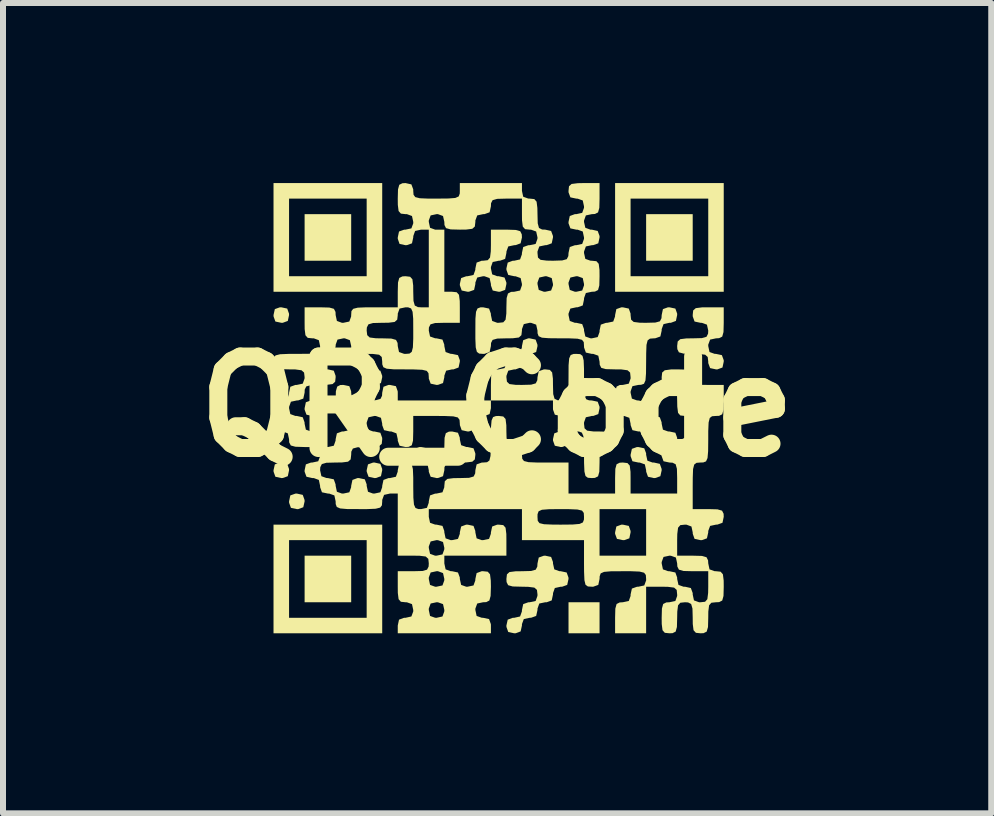
<source format=kicad_pcb>
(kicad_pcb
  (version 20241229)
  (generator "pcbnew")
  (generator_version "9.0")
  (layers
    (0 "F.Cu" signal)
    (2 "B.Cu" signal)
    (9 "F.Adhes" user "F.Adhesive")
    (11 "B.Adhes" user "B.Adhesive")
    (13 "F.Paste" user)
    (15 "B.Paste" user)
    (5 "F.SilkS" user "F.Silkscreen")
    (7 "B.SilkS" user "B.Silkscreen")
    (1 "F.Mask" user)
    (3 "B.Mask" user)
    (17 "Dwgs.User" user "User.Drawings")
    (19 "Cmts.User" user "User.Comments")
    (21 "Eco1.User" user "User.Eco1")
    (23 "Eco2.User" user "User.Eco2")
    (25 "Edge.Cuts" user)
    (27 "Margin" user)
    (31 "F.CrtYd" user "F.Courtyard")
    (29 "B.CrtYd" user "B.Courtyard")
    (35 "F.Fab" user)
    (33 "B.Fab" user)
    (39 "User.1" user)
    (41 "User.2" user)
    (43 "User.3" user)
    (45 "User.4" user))
  (footprint "QR_Code"
    (layer "F.Cu")
    (at 5.232 3.725)
    (property "Reference" "QR_Code" (at 0 0 0) (layer "F.SilkS") (effects (font (size 1.524 1.524) (thickness 0.3))))
    (attr board_only exclude_from_pos_files exclude_from_bom)
    (fp_poly (pts (xy -2.431 -2.431) (xy -3.207 -2.431) (xy -3.207 -3.207) (xy -2.431 -3.207)) (stroke (width 0) (type solid)) (fill yes) (layer "F.SilkS"))
    (fp_poly (pts (xy -2.431 3.259) (xy -3.207 3.259) (xy -3.207 2.483) (xy -2.431 2.483)) (stroke (width 0) (type solid)) (fill yes) (layer "F.SilkS"))
    (fp_poly (pts (xy 1.707 3.776) (xy 1.19 3.776) (xy 1.19 3.259) (xy 1.707 3.259)) (stroke (width 0) (type solid)) (fill yes) (layer "F.SilkS"))
    (fp_poly (pts (xy 3.259 -2.431) (xy 2.483 -2.431) (xy 2.483 -3.207) (xy 3.259 -3.207)) (stroke (width 0) (type solid)) (fill yes) (layer "F.SilkS"))
    (fp_poly (pts (xy -1.914 -1.914) (xy -3.725 -1.914) (xy -3.725 -2.173) (xy -3.466 -2.173) (xy -2.173 -2.173) (xy -2.173 -3.466) (xy -3.466 -3.466) (xy -3.466 -2.173) (xy -3.725 -2.173) (xy -3.725 -3.725) (xy -1.914 -3.725)) (stroke (width 0) (type solid)) (fill yes) (layer "F.SilkS"))
    (fp_poly (pts (xy -1.914 3.776) (xy -3.725 3.776) (xy -3.725 3.518) (xy -3.466 3.518) (xy -2.173 3.518) (xy -2.173 2.224) (xy -3.466 2.224) (xy -3.466 3.518) (xy -3.725 3.518) (xy -3.725 1.966) (xy -1.914 1.966)) (stroke (width 0) (type solid)) (fill yes) (layer "F.SilkS"))
    (fp_poly (pts (xy 3.776 -1.914) (xy 1.966 -1.914) (xy 1.966 -2.173) (xy 2.224 -2.173) (xy 3.518 -2.173) (xy 3.518 -3.466) (xy 2.224 -3.466) (xy 2.224 -2.173) (xy 1.966 -2.173) (xy 1.966 -3.725) (xy 3.776 -3.725)) (stroke (width 0) (type solid)) (fill yes) (layer "F.SilkS"))
    (fp_poly (pts (xy -3.497 -1.634) (xy -3.467 -1.55) (xy -3.466 -1.526) (xy -3.487 -1.428) (xy -3.571 -1.397) (xy -3.595 -1.397) (xy -3.694 -1.418) (xy -3.724 -1.502) (xy -3.725 -1.526) (xy -3.703 -1.625) (xy -3.619 -1.655) (xy -3.595 -1.655)) (stroke (width 0) (type solid)) (fill yes) (layer "F.SilkS"))
    (fp_poly (pts (xy -3.497 0.953) (xy -3.467 1.037) (xy -3.466 1.06) (xy -3.487 1.159) (xy -3.571 1.189) (xy -3.595 1.19) (xy -3.694 1.168) (xy -3.724 1.084) (xy -3.725 1.06) (xy -3.703 0.962) (xy -3.619 0.932) (xy -3.595 0.931)) (stroke (width 0) (type solid)) (fill yes) (layer "F.SilkS"))
    (fp_poly (pts (xy -3.238 1.47) (xy -3.208 1.554) (xy -3.207 1.578) (xy -3.229 1.676) (xy -3.313 1.707) (xy -3.337 1.707) (xy -3.435 1.686) (xy -3.465 1.602) (xy -3.466 1.578) (xy -3.445 1.479) (xy -3.36 1.449) (xy -3.337 1.448)) (stroke (width 0) (type solid)) (fill yes) (layer "F.SilkS"))
    (fp_poly (pts (xy -2.98 -0.082) (xy -2.949 0.002) (xy -2.949 0.026) (xy -2.97 0.124) (xy -3.054 0.155) (xy -3.078 0.155) (xy -3.176 0.134) (xy -3.207 0.05) (xy -3.207 0.026) (xy -3.186 -0.073) (xy -3.102 -0.103) (xy -3.078 -0.103)) (stroke (width 0) (type solid)) (fill yes) (layer "F.SilkS"))
    (fp_poly (pts (xy -1.945 -0.599) (xy -1.915 -0.515) (xy -1.914 -0.491) (xy -1.935 -0.393) (xy -2.02 -0.363) (xy -2.043 -0.362) (xy -2.142 -0.383) (xy -2.172 -0.468) (xy -2.173 -0.491) (xy -2.151 -0.59) (xy -2.067 -0.62) (xy -2.043 -0.621)) (stroke (width 0) (type solid)) (fill yes) (layer "F.SilkS"))
    (fp_poly (pts (xy -1.945 0.953) (xy -1.915 1.037) (xy -1.914 1.06) (xy -1.935 1.159) (xy -2.02 1.189) (xy -2.043 1.19) (xy -2.142 1.168) (xy -2.172 1.084) (xy -2.173 1.06) (xy -2.151 0.962) (xy -2.067 0.932) (xy -2.043 0.931)) (stroke (width 0) (type solid)) (fill yes) (layer "F.SilkS"))
    (fp_poly (pts (xy 2.194 1.987) (xy 2.224 2.071) (xy 2.224 2.095) (xy 2.203 2.194) (xy 2.119 2.224) (xy 2.095 2.224) (xy 1.997 2.203) (xy 1.966 2.119) (xy 1.966 2.095) (xy 1.987 1.997) (xy 2.071 1.966) (xy 2.095 1.966)) (stroke (width 0) (type solid)) (fill yes) (layer "F.SilkS"))
    (fp_poly (pts (xy 2.452 0.694) (xy 2.483 0.778) (xy 2.483 0.802) (xy 2.504 0.9) (xy 2.589 0.931) (xy 2.612 0.931) (xy 2.711 0.953) (xy 2.741 1.037) (xy 2.742 1.06) (xy 2.72 1.159) (xy 2.636 1.189) (xy 2.612 1.19) (xy 2.514 1.168) (xy 2.484 1.084) (xy 2.483 1.06) (xy 2.462 0.962) (xy 2.378 0.932) (xy 2.354 0.931) (xy 2.255 0.91) (xy 2.225 0.826) (xy 2.224 0.802) (xy 2.246 0.703) (xy 2.33 0.673) (xy 2.354 0.673)) (stroke (width 0) (type solid)) (fill yes) (layer "F.SilkS"))
    (fp_poly (pts (xy -0.652 0.435) (xy -0.621 0.519) (xy -0.621 0.543) (xy -0.599 0.642) (xy -0.515 0.672) (xy -0.491 0.673) (xy -0.393 0.694) (xy -0.363 0.778) (xy -0.362 0.802) (xy -0.371 0.879) (xy -0.413 0.917) (xy -0.517 0.93) (xy -0.621 0.931) (xy -0.774 0.935) (xy -0.851 0.957) (xy -0.877 1.009) (xy -0.879 1.06) (xy -0.901 1.159) (xy -0.985 1.189) (xy -1.009 1.19) (xy -1.107 1.168) (xy -1.138 1.084) (xy -1.138 1.06) (xy -1.159 0.962) (xy -1.244 0.932) (xy -1.267 0.931) (xy -1.366 0.91) (xy -1.396 0.826) (xy -1.397 0.802) (xy -1.375 0.703) (xy -1.291 0.673) (xy -1.267 0.673) (xy -1.169 0.694) (xy -1.139 0.778) (xy -1.138 0.802) (xy -1.117 0.9) (xy -1.033 0.931) (xy -1.009 0.931) (xy -0.932 0.923) (xy -0.894 0.88) (xy -0.881 0.776) (xy -0.879 0.673) (xy -0.875 0.519) (xy -0.854 0.442) (xy -0.802 0.416) (xy -0.75 0.414)) (stroke (width 0) (type solid)) (fill yes) (layer "F.SilkS"))
    (fp_poly (pts (xy 3.776 -1.397) (xy 3.772 -1.243) (xy 3.751 -1.167) (xy 3.699 -1.141) (xy 3.647 -1.138) (xy 3.549 -1.117) (xy 3.518 -1.033) (xy 3.518 -1.009) (xy 3.539 -0.91) (xy 3.623 -0.88) (xy 3.647 -0.879) (xy 3.745 -0.858) (xy 3.776 -0.774) (xy 3.776 -0.75) (xy 3.755 -0.652) (xy 3.671 -0.621) (xy 3.647 -0.621) (xy 3.549 -0.642) (xy 3.518 -0.726) (xy 3.518 -0.75) (xy 3.509 -0.827) (xy 3.467 -0.865) (xy 3.363 -0.878) (xy 3.259 -0.879) (xy 3.106 -0.884) (xy 3.029 -0.905) (xy 3.003 -0.957) (xy 3 -1.009) (xy 3.009 -1.086) (xy 3.052 -1.124) (xy 3.155 -1.137) (xy 3.259 -1.138) (xy 3.413 -1.142) (xy 3.489 -1.164) (xy 3.515 -1.216) (xy 3.518 -1.267) (xy 3.496 -1.366) (xy 3.412 -1.396) (xy 3.388 -1.397) (xy 3.29 -1.418) (xy 3.26 -1.502) (xy 3.259 -1.526) (xy 3.267 -1.603) (xy 3.31 -1.641) (xy 3.414 -1.654) (xy 3.518 -1.655) (xy 3.776 -1.655)) (stroke (width 0) (type solid)) (fill yes) (layer "F.SilkS"))
    (fp_poly (pts (xy 0.309 -2.944) (xy 0.385 -2.923) (xy 0.411 -2.871) (xy 0.414 -2.819) (xy 0.392 -2.721) (xy 0.308 -2.691) (xy 0.285 -2.69) (xy 0.186 -2.669) (xy 0.156 -2.585) (xy 0.155 -2.561) (xy 0.134 -2.462) (xy 0.05 -2.432) (xy 0.026 -2.431) (xy -0.073 -2.41) (xy -0.103 -2.326) (xy -0.103 -2.302) (xy -0.082 -2.204) (xy 0.002 -2.173) (xy 0.026 -2.173) (xy 0.124 -2.151) (xy 0.155 -2.067) (xy 0.155 -2.043) (xy 0.134 -1.945) (xy 0.05 -1.915) (xy 0.026 -1.914) (xy -0.073 -1.935) (xy -0.103 -2.02) (xy -0.103 -2.043) (xy -0.125 -2.142) (xy -0.209 -2.172) (xy -0.233 -2.173) (xy -0.331 -2.151) (xy -0.362 -2.067) (xy -0.362 -2.043) (xy -0.383 -1.945) (xy -0.468 -1.915) (xy -0.491 -1.914) (xy -0.59 -1.935) (xy -0.62 -2.02) (xy -0.621 -2.043) (xy -0.599 -2.142) (xy -0.515 -2.172) (xy -0.491 -2.173) (xy -0.393 -2.194) (xy -0.363 -2.278) (xy -0.362 -2.302) (xy -0.341 -2.4) (xy -0.257 -2.431) (xy -0.233 -2.431) (xy -0.156 -2.44) (xy -0.118 -2.483) (xy -0.105 -2.586) (xy -0.103 -2.69) (xy -0.103 -2.949) (xy 0.155 -2.949)) (stroke (width 0) (type solid)) (fill yes) (layer "F.SilkS"))
    (fp_poly (pts (xy 0.9 2.504) (xy 0.931 2.589) (xy 0.931 2.612) (xy 0.953 2.711) (xy 1.037 2.741) (xy 1.06 2.742) (xy 1.159 2.763) (xy 1.189 2.847) (xy 1.19 2.871) (xy 1.168 2.97) (xy 1.084 3) (xy 1.06 3) (xy 0.962 3.022) (xy 0.932 3.106) (xy 0.931 3.13) (xy 0.91 3.228) (xy 0.826 3.259) (xy 0.802 3.259) (xy 0.703 3.28) (xy 0.673 3.365) (xy 0.673 3.388) (xy 0.651 3.487) (xy 0.567 3.517) (xy 0.543 3.518) (xy 0.445 3.539) (xy 0.414 3.623) (xy 0.414 3.647) (xy 0.392 3.745) (xy 0.308 3.776) (xy 0.285 3.776) (xy 0.186 3.755) (xy 0.156 3.671) (xy 0.155 3.647) (xy 0.177 3.549) (xy 0.261 3.518) (xy 0.285 3.518) (xy 0.383 3.496) (xy 0.413 3.412) (xy 0.414 3.388) (xy 0.435 3.29) (xy 0.519 3.26) (xy 0.543 3.259) (xy 0.642 3.238) (xy 0.672 3.154) (xy 0.673 3.13) (xy 0.664 3.053) (xy 0.621 3.015) (xy 0.518 3.002) (xy 0.414 3) (xy 0.26 2.996) (xy 0.184 2.975) (xy 0.158 2.923) (xy 0.155 2.871) (xy 0.164 2.794) (xy 0.206 2.756) (xy 0.31 2.743) (xy 0.414 2.742) (xy 0.567 2.738) (xy 0.644 2.716) (xy 0.67 2.664) (xy 0.673 2.612) (xy 0.694 2.514) (xy 0.778 2.484) (xy 0.802 2.483)) (stroke (width 0) (type solid)) (fill yes) (layer "F.SilkS"))
    (fp_poly (pts (xy 0.642 -1.117) (xy 0.672 -1.033) (xy 0.673 -1.009) (xy 0.651 -0.91) (xy 0.567 -0.88) (xy 0.543 -0.879) (xy 0.445 -0.858) (xy 0.414 -0.774) (xy 0.414 -0.75) (xy 0.392 -0.652) (xy 0.308 -0.621) (xy 0.285 -0.621) (xy 0.186 -0.599) (xy 0.156 -0.515) (xy 0.155 -0.491) (xy 0.164 -0.415) (xy 0.206 -0.376) (xy 0.31 -0.363) (xy 0.414 -0.362) (xy 0.567 -0.366) (xy 0.644 -0.388) (xy 0.67 -0.44) (xy 0.673 -0.491) (xy 0.694 -0.59) (xy 0.778 -0.62) (xy 0.802 -0.621) (xy 0.879 -0.612) (xy 0.917 -0.57) (xy 0.93 -0.466) (xy 0.931 -0.362) (xy 0.935 -0.209) (xy 0.957 -0.132) (xy 1.009 -0.106) (xy 1.06 -0.103) (xy 1.126 -0.108) (xy 1.165 -0.137) (xy 1.183 -0.212) (xy 1.189 -0.355) (xy 1.19 -0.491) (xy 1.191 -0.689) (xy 1.201 -0.804) (xy 1.226 -0.86) (xy 1.274 -0.878) (xy 1.319 -0.879) (xy 1.385 -0.875) (xy 1.423 -0.846) (xy 1.442 -0.771) (xy 1.448 -0.628) (xy 1.448 -0.491) (xy 1.45 -0.294) (xy 1.46 -0.178) (xy 1.485 -0.123) (xy 1.532 -0.105) (xy 1.578 -0.103) (xy 1.676 -0.082) (xy 1.707 0.002) (xy 1.707 0.026) (xy 1.686 0.124) (xy 1.602 0.155) (xy 1.578 0.155) (xy 1.479 0.177) (xy 1.449 0.261) (xy 1.448 0.285) (xy 1.457 0.361) (xy 1.5 0.4) (xy 1.603 0.413) (xy 1.707 0.414) (xy 1.861 0.418) (xy 1.937 0.439) (xy 1.963 0.491) (xy 1.966 0.543) (xy 1.944 0.642) (xy 1.86 0.672) (xy 1.836 0.673) (xy 1.76 0.681) (xy 1.721 0.724) (xy 1.708 0.827) (xy 1.707 0.931) (xy 1.703 1.085) (xy 1.682 1.161) (xy 1.63 1.187) (xy 1.578 1.19) (xy 1.512 1.185) (xy 1.473 1.156) (xy 1.455 1.081) (xy 1.449 0.938) (xy 1.448 0.802) (xy 1.447 0.604) (xy 1.437 0.489) (xy 1.412 0.433) (xy 1.365 0.415) (xy 1.319 0.414) (xy 1.221 0.435) (xy 1.19 0.519) (xy 1.19 0.543) (xy 1.168 0.642) (xy 1.084 0.672) (xy 1.06 0.673) (xy 0.962 0.651) (xy 0.932 0.567) (xy 0.931 0.543) (xy 0.953 0.445) (xy 1.037 0.414) (xy 1.06 0.414) (xy 1.159 0.392) (xy 1.189 0.308) (xy 1.19 0.285) (xy 1.168 0.186) (xy 1.084 0.156) (xy 1.06 0.155) (xy 0.962 0.134) (xy 0.932 0.05) (xy 0.931 0.026) (xy 0.931 -0.103) (xy -0.103 -0.103) (xy -0.103 -0.362) (xy -0.099 -0.516) (xy -0.078 -0.592) (xy -0.026 -0.618) (xy 0.026 -0.621) (xy 0.124 -0.642) (xy 0.155 -0.726) (xy 0.155 -0.75) (xy 0.177 -0.849) (xy 0.261 -0.879) (xy 0.285 -0.879) (xy 0.383 -0.901) (xy 0.413 -0.985) (xy 0.414 -1.009) (xy 0.435 -1.107) (xy 0.519 -1.138) (xy 0.543 -1.138)) (stroke (width 0) (type solid)) (fill yes) (layer "F.SilkS"))
    (fp_poly (pts (xy 0.414 -3.595) (xy 0.435 -3.497) (xy 0.519 -3.467) (xy 0.543 -3.466) (xy 0.62 -3.458) (xy 0.658 -3.415) (xy 0.671 -3.311) (xy 0.673 -3.207) (xy 0.677 -3.054) (xy 0.698 -2.977) (xy 0.75 -2.951) (xy 0.802 -2.949) (xy 0.9 -2.927) (xy 0.931 -2.843) (xy 0.931 -2.819) (xy 0.91 -2.721) (xy 0.826 -2.691) (xy 0.802 -2.69) (xy 0.703 -2.669) (xy 0.673 -2.585) (xy 0.673 -2.561) (xy 0.681 -2.484) (xy 0.724 -2.446) (xy 0.827 -2.433) (xy 0.931 -2.431) (xy 1.085 -2.436) (xy 1.161 -2.457) (xy 1.187 -2.509) (xy 1.19 -2.561) (xy 1.211 -2.659) (xy 1.295 -2.689) (xy 1.319 -2.69) (xy 1.418 -2.711) (xy 1.448 -2.796) (xy 1.448 -2.819) (xy 1.427 -2.918) (xy 1.343 -2.948) (xy 1.319 -2.949) (xy 1.221 -2.97) (xy 1.19 -3.054) (xy 1.19 -3.078) (xy 1.211 -3.176) (xy 1.295 -3.207) (xy 1.319 -3.207) (xy 1.418 -3.229) (xy 1.448 -3.313) (xy 1.448 -3.337) (xy 1.427 -3.435) (xy 1.343 -3.465) (xy 1.319 -3.466) (xy 1.221 -3.487) (xy 1.19 -3.571) (xy 1.19 -3.595) (xy 1.198 -3.672) (xy 1.241 -3.71) (xy 1.345 -3.723) (xy 1.448 -3.725) (xy 1.707 -3.725) (xy 1.707 -3.466) (xy 1.703 -3.312) (xy 1.682 -3.236) (xy 1.63 -3.21) (xy 1.578 -3.207) (xy 1.479 -3.186) (xy 1.449 -3.102) (xy 1.448 -3.078) (xy 1.47 -2.98) (xy 1.554 -2.949) (xy 1.578 -2.949) (xy 1.676 -2.927) (xy 1.707 -2.843) (xy 1.707 -2.819) (xy 1.686 -2.721) (xy 1.602 -2.691) (xy 1.578 -2.69) (xy 1.479 -2.669) (xy 1.449 -2.585) (xy 1.448 -2.561) (xy 1.47 -2.462) (xy 1.554 -2.432) (xy 1.578 -2.431) (xy 1.655 -2.423) (xy 1.693 -2.38) (xy 1.706 -2.277) (xy 1.707 -2.173) (xy 1.703 -2.019) (xy 1.682 -1.943) (xy 1.63 -1.917) (xy 1.578 -1.914) (xy 1.479 -1.893) (xy 1.449 -1.809) (xy 1.448 -1.785) (xy 1.427 -1.686) (xy 1.343 -1.656) (xy 1.319 -1.655) (xy 1.221 -1.634) (xy 1.19 -1.55) (xy 1.19 -1.526) (xy 1.211 -1.428) (xy 1.295 -1.397) (xy 1.319 -1.397) (xy 1.418 -1.375) (xy 1.448 -1.291) (xy 1.448 -1.267) (xy 1.47 -1.169) (xy 1.554 -1.139) (xy 1.578 -1.138) (xy 1.676 -1.159) (xy 1.707 -1.244) (xy 1.707 -1.267) (xy 1.728 -1.366) (xy 1.813 -1.396) (xy 1.836 -1.397) (xy 1.935 -1.418) (xy 1.965 -1.502) (xy 1.966 -1.526) (xy 1.987 -1.625) (xy 2.071 -1.655) (xy 2.095 -1.655) (xy 2.194 -1.634) (xy 2.224 -1.55) (xy 2.224 -1.526) (xy 2.233 -1.449) (xy 2.276 -1.411) (xy 2.379 -1.398) (xy 2.483 -1.397) (xy 2.637 -1.401) (xy 2.713 -1.422) (xy 2.739 -1.474) (xy 2.742 -1.526) (xy 2.763 -1.625) (xy 2.847 -1.655) (xy 2.871 -1.655) (xy 2.97 -1.634) (xy 3 -1.55) (xy 3 -1.526) (xy 2.979 -1.428) (xy 2.895 -1.397) (xy 2.871 -1.397) (xy 2.773 -1.375) (xy 2.742 -1.291) (xy 2.742 -1.267) (xy 2.72 -1.169) (xy 2.636 -1.139) (xy 2.612 -1.138) (xy 2.547 -1.133) (xy 2.508 -1.104) (xy 2.489 -1.029) (xy 2.484 -0.886) (xy 2.483 -0.75) (xy 2.481 -0.553) (xy 2.472 -0.437) (xy 2.447 -0.381) (xy 2.399 -0.364) (xy 2.354 -0.362) (xy 2.255 -0.341) (xy 2.225 -0.257) (xy 2.224 -0.233) (xy 2.246 -0.134) (xy 2.33 -0.104) (xy 2.354 -0.103) (xy 2.452 -0.082) (xy 2.483 0.002) (xy 2.483 0.026) (xy 2.504 0.124) (xy 2.589 0.155) (xy 2.612 0.155) (xy 2.711 0.177) (xy 2.741 0.261) (xy 2.742 0.285) (xy 2.763 0.383) (xy 2.847 0.413) (xy 2.871 0.414) (xy 2.97 0.435) (xy 3 0.519) (xy 3 0.543) (xy 3.022 0.642) (xy 3.106 0.672) (xy 3.13 0.673) (xy 3.206 0.664) (xy 3.245 0.621) (xy 3.258 0.518) (xy 3.259 0.414) (xy 3.255 0.26) (xy 3.233 0.184) (xy 3.182 0.158) (xy 3.13 0.155) (xy 3.053 0.147) (xy 3.015 0.104) (xy 3.002 0.000342) (xy 3 -0.103) (xy 2.996 -0.257) (xy 2.975 -0.334) (xy 2.923 -0.36) (xy 2.871 -0.362) (xy 2.773 -0.383) (xy 2.742 -0.468) (xy 2.742 -0.491) (xy 2.75 -0.568) (xy 2.793 -0.606) (xy 2.897 -0.62) (xy 3 -0.621) (xy 3.154 -0.617) (xy 3.23 -0.595) (xy 3.257 -0.543) (xy 3.259 -0.491) (xy 3.267 -0.415) (xy 3.31 -0.376) (xy 3.414 -0.363) (xy 3.518 -0.362) (xy 3.776 -0.362) (xy 3.776 -0.103) (xy 3.772 0.05) (xy 3.751 0.127) (xy 3.699 0.153) (xy 3.647 0.155) (xy 3.581 0.16) (xy 3.543 0.189) (xy 3.524 0.264) (xy 3.518 0.407) (xy 3.518 0.543) (xy 3.516 0.741) (xy 3.506 0.856) (xy 3.481 0.912) (xy 3.434 0.93) (xy 3.388 0.931) (xy 3.323 0.936) (xy 3.284 0.965) (xy 3.265 1.04) (xy 3.26 1.183) (xy 3.259 1.319) (xy 3.259 1.707) (xy 3.518 1.707) (xy 3.671 1.711) (xy 3.748 1.733) (xy 3.774 1.785) (xy 3.776 1.836) (xy 3.755 1.935) (xy 3.671 1.965) (xy 3.647 1.966) (xy 3.549 1.987) (xy 3.518 2.071) (xy 3.518 2.095) (xy 3.496 2.194) (xy 3.412 2.224) (xy 3.388 2.224) (xy 3.29 2.203) (xy 3.26 2.119) (xy 3.259 2.095) (xy 3.238 1.997) (xy 3.154 1.966) (xy 3.13 1.966) (xy 3.053 1.974) (xy 3.015 2.017) (xy 3.002 2.121) (xy 3 2.224) (xy 3 2.483) (xy 3.259 2.483) (xy 3.413 2.487) (xy 3.489 2.509) (xy 3.515 2.561) (xy 3.518 2.612) (xy 3.539 2.711) (xy 3.623 2.741) (xy 3.647 2.742) (xy 3.724 2.75) (xy 3.762 2.793) (xy 3.775 2.897) (xy 3.776 3) (xy 3.772 3.154) (xy 3.751 3.23) (xy 3.699 3.257) (xy 3.647 3.259) (xy 3.57 3.267) (xy 3.532 3.31) (xy 3.519 3.414) (xy 3.518 3.518) (xy 3.514 3.671) (xy 3.492 3.748) (xy 3.44 3.774) (xy 3.388 3.776) (xy 3.312 3.768) (xy 3.273 3.725) (xy 3.26 3.622) (xy 3.259 3.518) (xy 3.255 3.364) (xy 3.233 3.288) (xy 3.182 3.262) (xy 3.13 3.259) (xy 3.053 3.267) (xy 3.015 3.31) (xy 3.002 3.414) (xy 3 3.518) (xy 2.996 3.671) (xy 2.975 3.748) (xy 2.923 3.774) (xy 2.871 3.776) (xy 2.794 3.768) (xy 2.756 3.725) (xy 2.743 3.622) (xy 2.742 3.518) (xy 2.746 3.364) (xy 2.767 3.288) (xy 2.819 3.262) (xy 2.871 3.259) (xy 2.97 3.238) (xy 3 3.154) (xy 3 3.13) (xy 2.992 3.053) (xy 2.949 3.015) (xy 2.846 3.002) (xy 2.742 3) (xy 2.483 3) (xy 2.483 3.776) (xy 1.966 3.776) (xy 1.966 3.518) (xy 1.97 3.364) (xy 1.991 3.288) (xy 2.043 3.262) (xy 2.095 3.259) (xy 2.194 3.238) (xy 2.224 3.154) (xy 2.224 3.13) (xy 2.246 3.031) (xy 2.33 3.001) (xy 2.354 3) (xy 2.452 2.979) (xy 2.483 2.895) (xy 2.483 2.871) (xy 2.478 2.805) (xy 2.449 2.767) (xy 2.374 2.748) (xy 2.231 2.742) (xy 2.095 2.742) (xy 1.898 2.743) (xy 1.782 2.753) (xy 1.726 2.778) (xy 1.709 2.826) (xy 1.707 2.871) (xy 1.686 2.97) (xy 1.602 3) (xy 1.578 3) (xy 1.512 2.996) (xy 1.473 2.967) (xy 1.455 2.892) (xy 1.449 2.749) (xy 1.448 2.612) (xy 2.742 2.612) (xy 2.763 2.711) (xy 2.847 2.741) (xy 2.871 2.742) (xy 2.97 2.763) (xy 3 2.847) (xy 3 2.871) (xy 3.022 2.97) (xy 3.106 3) (xy 3.13 3) (xy 3.228 3.022) (xy 3.259 3.106) (xy 3.259 3.13) (xy 3.28 3.228) (xy 3.365 3.259) (xy 3.388 3.259) (xy 3.465 3.251) (xy 3.503 3.208) (xy 3.516 3.104) (xy 3.518 3) (xy 3.518 2.742) (xy 3.259 2.742) (xy 3.106 2.738) (xy 3.029 2.716) (xy 3.003 2.664) (xy 3 2.612) (xy 2.979 2.514) (xy 2.895 2.484) (xy 2.871 2.483) (xy 2.773 2.504) (xy 2.742 2.589) (xy 2.742 2.612) (xy 1.448 2.612) (xy 1.448 2.483) (xy 1.707 2.483) (xy 2.483 2.483) (xy 2.483 1.707) (xy 1.707 1.707) (xy 1.707 2.483) (xy 1.448 2.483) (xy 1.448 2.224) (xy 0.414 2.224) (xy 0.414 1.836) (xy 0.673 1.836) (xy 0.677 1.902) (xy 0.706 1.941) (xy 0.781 1.959) (xy 0.924 1.965) (xy 1.06 1.966) (xy 1.258 1.964) (xy 1.374 1.954) (xy 1.429 1.929) (xy 1.447 1.882) (xy 1.448 1.836) (xy 1.444 1.771) (xy 1.415 1.732) (xy 1.34 1.714) (xy 1.197 1.708) (xy 1.06 1.707) (xy 0.863 1.709) (xy 0.747 1.718) (xy 0.692 1.743) (xy 0.674 1.791) (xy 0.673 1.836) (xy 0.414 1.836) (xy 0.414 1.707) (xy -1.138 1.707) (xy -1.138 1.836) (xy -1.117 1.935) (xy -1.033 1.965) (xy -1.009 1.966) (xy -0.91 1.987) (xy -0.88 2.071) (xy -0.879 2.095) (xy -0.858 2.194) (xy -0.774 2.224) (xy -0.75 2.224) (xy -0.652 2.203) (xy -0.621 2.119) (xy -0.621 2.095) (xy -0.599 1.997) (xy -0.515 1.966) (xy -0.491 1.966) (xy -0.393 1.987) (xy -0.363 2.071) (xy -0.362 2.095) (xy -0.341 2.194) (xy -0.257 2.224) (xy -0.233 2.224) (xy -0.134 2.203) (xy -0.104 2.119) (xy -0.103 2.095) (xy -0.082 1.997) (xy 0.002 1.966) (xy 0.026 1.966) (xy 0.103 1.974) (xy 0.141 2.017) (xy 0.154 2.121) (xy 0.155 2.224) (xy 0.155 2.483) (xy -0.879 2.483) (xy -0.879 2.612) (xy -0.858 2.711) (xy -0.774 2.741) (xy -0.75 2.742) (xy -0.652 2.763) (xy -0.621 2.847) (xy -0.621 2.871) (xy -0.599 2.97) (xy -0.515 3) (xy -0.491 3) (xy -0.393 2.979) (xy -0.363 2.895) (xy -0.362 2.871) (xy -0.341 2.773) (xy -0.257 2.742) (xy -0.233 2.742) (xy -0.156 2.75) (xy -0.118 2.793) (xy -0.105 2.897) (xy -0.103 3) (xy -0.108 3.154) (xy -0.129 3.23) (xy -0.181 3.257) (xy -0.233 3.259) (xy -0.331 3.28) (xy -0.362 3.365) (xy -0.362 3.388) (xy -0.341 3.487) (xy -0.257 3.517) (xy -0.233 3.518) (xy -0.134 3.539) (xy -0.104 3.623) (xy -0.103 3.647) (xy -0.103 3.776) (xy -1.655 3.776) (xy -1.655 3.647) (xy -1.634 3.549) (xy -1.55 3.518) (xy -1.526 3.518) (xy -1.428 3.496) (xy -1.397 3.412) (xy -1.397 3.388) (xy -1.138 3.388) (xy -1.117 3.487) (xy -1.033 3.517) (xy -1.009 3.518) (xy -0.91 3.496) (xy -0.88 3.412) (xy -0.879 3.388) (xy -0.901 3.29) (xy -0.985 3.26) (xy -1.009 3.259) (xy -1.107 3.28) (xy -1.138 3.365) (xy -1.138 3.388) (xy -1.397 3.388) (xy -1.418 3.29) (xy -1.502 3.26) (xy -1.526 3.259) (xy -1.603 3.251) (xy -1.641 3.208) (xy -1.654 3.104) (xy -1.655 3) (xy -1.655 2.871) (xy -1.138 2.871) (xy -1.117 2.97) (xy -1.033 3) (xy -1.009 3) (xy -0.91 2.979) (xy -0.88 2.895) (xy -0.879 2.871) (xy -0.901 2.773) (xy -0.985 2.742) (xy -1.009 2.742) (xy -1.107 2.763) (xy -1.138 2.847) (xy -1.138 2.871) (xy -1.655 2.871) (xy -1.655 2.742) (xy -1.397 2.742) (xy -1.243 2.738) (xy -1.167 2.716) (xy -1.141 2.664) (xy -1.138 2.612) (xy -1.146 2.536) (xy -1.189 2.497) (xy -1.293 2.484) (xy -1.397 2.483) (xy -1.655 2.483) (xy -1.655 2.354) (xy -1.138 2.354) (xy -1.117 2.452) (xy -1.033 2.483) (xy -1.009 2.483) (xy -0.91 2.462) (xy -0.88 2.378) (xy -0.879 2.354) (xy -0.901 2.255) (xy -0.985 2.225) (xy -1.009 2.224) (xy -1.107 2.246) (xy -1.138 2.33) (xy -1.138 2.354) (xy -1.655 2.354) (xy -1.655 1.448) (xy -1.785 1.448) (xy -1.883 1.47) (xy -1.914 1.554) (xy -1.914 1.578) (xy -1.919 1.644) (xy -1.948 1.682) (xy -2.023 1.701) (xy -2.166 1.707) (xy -2.302 1.707) (xy -2.499 1.706) (xy -2.615 1.696) (xy -2.671 1.671) (xy -2.689 1.623) (xy -2.69 1.578) (xy -2.711 1.479) (xy -2.796 1.449) (xy -2.819 1.448) (xy -2.918 1.427) (xy -2.948 1.343) (xy -2.949 1.319) (xy -2.97 1.221) (xy -3.054 1.19) (xy -3.078 1.19) (xy -3.176 1.168) (xy -3.207 1.084) (xy -3.207 1.06) (xy -3.186 0.962) (xy -3.102 0.932) (xy -3.078 0.931) (xy -2.98 0.91) (xy -2.949 0.826) (xy -2.949 0.802) (xy -2.957 0.725) (xy -3 0.687) (xy -3.104 0.674) (xy -3.207 0.673) (xy -3.361 0.668) (xy -3.437 0.647) (xy -3.464 0.595) (xy -3.466 0.543) (xy -3.487 0.445) (xy -3.571 0.414) (xy -3.595 0.414) (xy -3.672 0.405) (xy -3.71 0.363) (xy -3.723 0.259) (xy -3.725 0.155) (xy -3.721 0.026) (xy -3.466 0.026) (xy -3.445 0.124) (xy -3.36 0.155) (xy -3.337 0.155) (xy -3.238 0.177) (xy -3.208 0.261) (xy -3.207 0.285) (xy -3.186 0.383) (xy -3.102 0.413) (xy -3.078 0.414) (xy -2.98 0.435) (xy -2.949 0.519) (xy -2.949 0.543) (xy -2.927 0.642) (xy -2.843 0.672) (xy -2.819 0.673) (xy -2.721 0.651) (xy -2.691 0.567) (xy -2.69 0.543) (xy -2.669 0.445) (xy -2.585 0.414) (xy -2.561 0.414) (xy -2.462 0.392) (xy -2.432 0.308) (xy -2.431 0.285) (xy -2.453 0.186) (xy -2.537 0.156) (xy -2.561 0.155) (xy -2.637 0.147) (xy -2.676 0.104) (xy -2.689 0.000342) (xy -2.69 -0.103) (xy -2.686 -0.257) (xy -2.664 -0.334) (xy -2.613 -0.36) (xy -2.561 -0.362) (xy -2.462 -0.341) (xy -2.432 -0.257) (xy -2.431 -0.233) (xy -2.423 -0.156) (xy -2.38 -0.118) (xy -2.277 -0.105) (xy -2.173 -0.103) (xy -2.019 -0.108) (xy -1.943 -0.129) (xy -1.917 -0.181) (xy -1.914 -0.233) (xy -1.893 -0.331) (xy -1.809 -0.362) (xy -1.785 -0.362) (xy -1.686 -0.341) (xy -1.656 -0.257) (xy -1.655 -0.233) (xy -1.655 -0.103) (xy -0.103 -0.103) (xy -0.103 0.026) (xy -0.125 0.124) (xy -0.209 0.155) (xy -0.233 0.155) (xy -0.331 0.177) (xy -0.362 0.261) (xy -0.362 0.285) (xy -0.383 0.383) (xy -0.468 0.413) (xy -0.491 0.414) (xy -0.59 0.392) (xy -0.62 0.308) (xy -0.621 0.285) (xy -0.626 0.219) (xy -0.655 0.18) (xy -0.73 0.162) (xy -0.872 0.156) (xy -1.009 0.155) (xy -1.397 0.155) (xy -1.397 0.414) (xy -1.401 0.567) (xy -1.422 0.644) (xy -1.474 0.67) (xy -1.526 0.673) (xy -1.625 0.651) (xy -1.655 0.567) (xy -1.655 0.543) (xy -1.677 0.445) (xy -1.761 0.414) (xy -1.785 0.414) (xy -1.883 0.392) (xy -1.914 0.308) (xy -1.914 0.285) (xy -1.935 0.186) (xy -2.02 0.156) (xy -2.043 0.155) (xy -2.142 0.177) (xy -2.172 0.261) (xy -2.173 0.285) (xy -2.151 0.383) (xy -2.067 0.413) (xy -2.043 0.414) (xy -1.945 0.435) (xy -1.915 0.519) (xy -1.914 0.543) (xy -1.922 0.62) (xy -1.965 0.658) (xy -2.069 0.671) (xy -2.173 0.673) (xy -2.326 0.677) (xy -2.403 0.698) (xy -2.429 0.75) (xy -2.431 0.802) (xy -2.44 0.879) (xy -2.483 0.917) (xy -2.586 0.93) (xy -2.69 0.931) (xy -2.844 0.935) (xy -2.92 0.957) (xy -2.946 1.009) (xy -2.949 1.06) (xy -2.927 1.159) (xy -2.843 1.189) (xy -2.819 1.19) (xy -2.721 1.211) (xy -2.691 1.295) (xy -2.69 1.319) (xy -2.669 1.418) (xy -2.585 1.448) (xy -2.561 1.448) (xy -2.462 1.427) (xy -2.432 1.343) (xy -2.431 1.319) (xy -2.41 1.221) (xy -2.326 1.19) (xy -2.302 1.19) (xy -2.204 1.211) (xy -2.173 1.295) (xy -2.173 1.319) (xy -2.151 1.418) (xy -2.067 1.448) (xy -2.043 1.448) (xy -1.945 1.427) (xy -1.915 1.343) (xy -1.914 1.319) (xy -1.893 1.221) (xy -1.809 1.19) (xy -1.785 1.19) (xy -1.686 1.168) (xy -1.656 1.084) (xy -1.655 1.06) (xy -1.634 0.962) (xy -1.55 0.932) (xy -1.526 0.931) (xy -1.46 0.936) (xy -1.422 0.965) (xy -1.403 1.04) (xy -1.397 1.183) (xy -1.397 1.319) (xy -1.395 1.516) (xy -1.385 1.632) (xy -1.36 1.688) (xy -1.313 1.706) (xy -1.267 1.707) (xy -1.169 1.686) (xy -1.139 1.602) (xy -1.138 1.578) (xy -1.117 1.479) (xy -1.033 1.449) (xy -1.009 1.448) (xy -0.91 1.427) (xy -0.88 1.343) (xy -0.879 1.319) (xy -0.871 1.242) (xy -0.828 1.204) (xy -0.725 1.191) (xy -0.621 1.19) (xy -0.467 1.186) (xy -0.391 1.164) (xy -0.365 1.112) (xy -0.362 1.06) (xy -0.341 0.962) (xy -0.257 0.932) (xy -0.233 0.931) (xy -0.167 0.926) (xy -0.128 0.897) (xy -0.11 0.822) (xy -0.104 0.679) (xy -0.103 0.543) (xy -0.102 0.346) (xy -0.092 0.23) (xy -0.067 0.174) (xy -0.02 0.157) (xy 0.026 0.155) (xy 0.103 0.164) (xy 0.141 0.206) (xy 0.154 0.31) (xy 0.155 0.414) (xy 0.159 0.567) (xy 0.181 0.644) (xy 0.233 0.67) (xy 0.285 0.673) (xy 0.383 0.694) (xy 0.413 0.778) (xy 0.414 0.802) (xy 0.419 0.868) (xy 0.448 0.906) (xy 0.523 0.925) (xy 0.666 0.931) (xy 0.802 0.931) (xy 1.19 0.931) (xy 1.19 1.448) (xy 1.966 1.448) (xy 1.966 1.19) (xy 1.97 1.036) (xy 1.991 0.96) (xy 2.043 0.934) (xy 2.095 0.931) (xy 2.172 0.94) (xy 2.21 0.982) (xy 2.223 1.086) (xy 2.224 1.19) (xy 2.224 1.448) (xy 3 1.448) (xy 3 1.19) (xy 2.996 1.036) (xy 2.975 0.96) (xy 2.923 0.934) (xy 2.871 0.931) (xy 2.773 0.91) (xy 2.742 0.826) (xy 2.742 0.802) (xy 2.72 0.703) (xy 2.636 0.673) (xy 2.612 0.673) (xy 2.514 0.651) (xy 2.484 0.567) (xy 2.483 0.543) (xy 2.462 0.445) (xy 2.378 0.414) (xy 2.354 0.414) (xy 2.255 0.392) (xy 2.225 0.308) (xy 2.224 0.285) (xy 2.203 0.186) (xy 2.119 0.156) (xy 2.095 0.155) (xy 2.018 0.147) (xy 1.98 0.104) (xy 1.967 0.000342) (xy 1.966 -0.103) (xy 1.97 -0.257) (xy 1.991 -0.334) (xy 2.043 -0.36) (xy 2.095 -0.362) (xy 2.194 -0.383) (xy 2.224 -0.468) (xy 2.224 -0.491) (xy 2.216 -0.568) (xy 2.173 -0.606) (xy 2.07 -0.62) (xy 1.966 -0.621) (xy 1.812 -0.625) (xy 1.736 -0.646) (xy 1.71 -0.698) (xy 1.707 -0.75) (xy 1.686 -0.849) (xy 1.602 -0.879) (xy 1.578 -0.879) (xy 1.479 -0.901) (xy 1.449 -0.985) (xy 1.448 -1.009) (xy 1.444 -1.075) (xy 1.415 -1.113) (xy 1.34 -1.132) (xy 1.197 -1.138) (xy 1.06 -1.138) (xy 0.863 -1.14) (xy 0.747 -1.149) (xy 0.692 -1.174) (xy 0.674 -1.222) (xy 0.673 -1.267) (xy 0.651 -1.366) (xy 0.567 -1.396) (xy 0.543 -1.397) (xy 0.445 -1.375) (xy 0.414 -1.291) (xy 0.414 -1.267) (xy 0.405 -1.191) (xy 0.363 -1.152) (xy 0.259 -1.139) (xy 0.155 -1.138) (xy 0.002 -1.134) (xy -0.075 -1.112) (xy -0.101 -1.061) (xy -0.103 -1.009) (xy -0.125 -0.91) (xy -0.209 -0.88) (xy -0.233 -0.879) (xy -0.299 -0.884) (xy -0.337 -0.913) (xy -0.356 -0.988) (xy -0.362 -1.131) (xy -0.362 -1.267) (xy -0.361 -1.465) (xy -0.351 -1.58) (xy -0.326 -1.636) (xy -0.278 -1.654) (xy -0.233 -1.655) (xy -0.134 -1.634) (xy -0.104 -1.55) (xy -0.103 -1.526) (xy -0.082 -1.428) (xy 0.002 -1.397) (xy 0.026 -1.397) (xy 0.103 -1.405) (xy 0.141 -1.448) (xy 0.154 -1.552) (xy 0.155 -1.655) (xy 0.159 -1.809) (xy 0.181 -1.885) (xy 0.233 -1.912) (xy 0.285 -1.914) (xy 0.383 -1.935) (xy 0.413 -2.02) (xy 0.414 -2.043) (xy 0.673 -2.043) (xy 0.694 -1.945) (xy 0.778 -1.915) (xy 0.802 -1.914) (xy 0.9 -1.935) (xy 0.931 -2.02) (xy 0.931 -2.043) (xy 1.19 -2.043) (xy 1.211 -1.945) (xy 1.295 -1.915) (xy 1.319 -1.914) (xy 1.418 -1.935) (xy 1.448 -2.02) (xy 1.448 -2.043) (xy 1.427 -2.142) (xy 1.343 -2.172) (xy 1.319 -2.173) (xy 1.221 -2.151) (xy 1.19 -2.067) (xy 1.19 -2.043) (xy 0.931 -2.043) (xy 0.91 -2.142) (xy 0.826 -2.172) (xy 0.802 -2.173) (xy 0.703 -2.151) (xy 0.673 -2.067) (xy 0.673 -2.043) (xy 0.414 -2.043) (xy 0.392 -2.142) (xy 0.308 -2.172) (xy 0.285 -2.173) (xy 0.186 -2.194) (xy 0.156 -2.278) (xy 0.155 -2.302) (xy 0.177 -2.4) (xy 0.261 -2.431) (xy 0.285 -2.431) (xy 0.383 -2.453) (xy 0.413 -2.537) (xy 0.414 -2.561) (xy 0.435 -2.659) (xy 0.519 -2.689) (xy 0.543 -2.69) (xy 0.642 -2.711) (xy 0.672 -2.796) (xy 0.673 -2.819) (xy 0.651 -2.918) (xy 0.567 -2.948) (xy 0.543 -2.949) (xy 0.466 -2.957) (xy 0.428 -3) (xy 0.415 -3.104) (xy 0.414 -3.207) (xy 0.414 -3.466) (xy 0.155 -3.466) (xy 0.002 -3.462) (xy -0.075 -3.44) (xy -0.101 -3.389) (xy -0.103 -3.337) (xy -0.125 -3.238) (xy -0.209 -3.208) (xy -0.233 -3.207) (xy -0.331 -3.186) (xy -0.362 -3.102) (xy -0.362 -3.078) (xy -0.371 -3.001) (xy -0.413 -2.963) (xy -0.517 -2.95) (xy -0.621 -2.949) (xy -0.774 -2.953) (xy -0.851 -2.974) (xy -0.877 -3.026) (xy -0.879 -3.078) (xy -0.901 -3.176) (xy -0.985 -3.207) (xy -1.009 -3.207) (xy -1.107 -3.186) (xy -1.138 -3.102) (xy -1.138 -3.078) (xy -1.117 -2.98) (xy -1.033 -2.949) (xy -1.009 -2.949) (xy -0.879 -2.949) (xy -0.879 -1.914) (xy -0.75 -1.914) (xy -0.673 -1.906) (xy -0.635 -1.863) (xy -0.622 -1.759) (xy -0.621 -1.655) (xy -0.621 -1.397) (xy -0.879 -1.397) (xy -1.033 -1.393) (xy -1.11 -1.371) (xy -1.136 -1.319) (xy -1.138 -1.267) (xy -1.117 -1.169) (xy -1.033 -1.139) (xy -1.009 -1.138) (xy -0.91 -1.117) (xy -0.88 -1.033) (xy -0.879 -1.009) (xy -0.858 -0.91) (xy -0.774 -0.88) (xy -0.75 -0.879) (xy -0.652 -0.858) (xy -0.621 -0.774) (xy -0.621 -0.75) (xy -0.642 -0.652) (xy -0.726 -0.621) (xy -0.75 -0.621) (xy -0.849 -0.599) (xy -0.879 -0.515) (xy -0.879 -0.491) (xy -0.901 -0.393) (xy -0.985 -0.363) (xy -1.009 -0.362) (xy -1.107 -0.383) (xy -1.138 -0.468) (xy -1.138 -0.491) (xy -1.143 -0.557) (xy -1.172 -0.596) (xy -1.247 -0.614) (xy -1.39 -0.62) (xy -1.526 -0.621) (xy -1.723 -0.622) (xy -1.839 -0.632) (xy -1.895 -0.657) (xy -1.913 -0.705) (xy -1.914 -0.75) (xy -1.922 -0.827) (xy -1.965 -0.865) (xy -2.069 -0.878) (xy -2.173 -0.879) (xy -2.326 -0.884) (xy -2.403 -0.905) (xy -2.429 -0.957) (xy -2.431 -1.009) (xy -2.453 -1.107) (xy -2.537 -1.138) (xy -2.561 -1.138) (xy -2.659 -1.117) (xy -2.689 -1.033) (xy -2.69 -1.009) (xy -2.711 -0.91) (xy -2.796 -0.88) (xy -2.819 -0.879) (xy -2.918 -0.858) (xy -2.948 -0.774) (xy -2.949 -0.75) (xy -2.927 -0.652) (xy -2.843 -0.621) (xy -2.819 -0.621) (xy -2.721 -0.599) (xy -2.691 -0.515) (xy -2.69 -0.491) (xy -2.698 -0.415) (xy -2.741 -0.376) (xy -2.845 -0.363) (xy -2.949 -0.362) (xy -3.102 -0.358) (xy -3.179 -0.337) (xy -3.205 -0.285) (xy -3.207 -0.233) (xy -3.229 -0.134) (xy -3.313 -0.104) (xy -3.337 -0.103) (xy -3.435 -0.082) (xy -3.465 0.002) (xy -3.466 0.026) (xy -3.721 0.026) (xy -3.72 0.002) (xy -3.699 -0.075) (xy -3.647 -0.101) (xy -3.595 -0.103) (xy -3.497 -0.125) (xy -3.467 -0.209) (xy -3.466 -0.233) (xy -3.445 -0.331) (xy -3.36 -0.362) (xy -3.337 -0.362) (xy -3.238 -0.383) (xy -3.208 -0.468) (xy -3.207 -0.491) (xy -3.216 -0.568) (xy -3.259 -0.606) (xy -3.362 -0.62) (xy -3.466 -0.621) (xy -3.619 -0.625) (xy -3.696 -0.646) (xy -3.722 -0.698) (xy -3.725 -0.75) (xy -3.72 -0.816) (xy -3.691 -0.854) (xy -3.616 -0.873) (xy -3.473 -0.879) (xy -3.337 -0.879) (xy -3.139 -0.881) (xy -3.024 -0.891) (xy -2.968 -0.916) (xy -2.95 -0.963) (xy -2.949 -1.009) (xy -2.97 -1.107) (xy -3.054 -1.138) (xy -3.078 -1.138) (xy -3.155 -1.146) (xy -3.193 -1.189) (xy -3.203 -1.267) (xy -2.173 -1.267) (xy -2.164 -1.191) (xy -2.122 -1.152) (xy -2.018 -1.139) (xy -1.914 -1.138) (xy -1.761 -1.134) (xy -1.684 -1.112) (xy -1.658 -1.061) (xy -1.655 -1.009) (xy -1.634 -0.91) (xy -1.55 -0.88) (xy -1.526 -0.879) (xy -1.46 -0.884) (xy -1.422 -0.913) (xy -1.403 -0.988) (xy -1.397 -1.131) (xy -1.397 -1.267) (xy -1.398 -1.465) (xy -1.408 -1.58) (xy -1.433 -1.636) (xy -1.481 -1.654) (xy -1.526 -1.655) (xy -1.625 -1.634) (xy -1.655 -1.55) (xy -1.655 -1.526) (xy -1.664 -1.449) (xy -1.707 -1.411) (xy -1.81 -1.398) (xy -1.914 -1.397) (xy -2.068 -1.393) (xy -2.144 -1.371) (xy -2.17 -1.319) (xy -2.173 -1.267) (xy -3.203 -1.267) (xy -3.206 -1.293) (xy -3.207 -1.397) (xy -3.207 -1.655) (xy -2.949 -1.655) (xy -2.795 -1.651) (xy -2.719 -1.63) (xy -2.692 -1.578) (xy -2.69 -1.526) (xy -2.669 -1.428) (xy -2.585 -1.397) (xy -2.561 -1.397) (xy -2.462 -1.418) (xy -2.432 -1.502) (xy -2.431 -1.526) (xy -2.427 -1.592) (xy -2.397 -1.63) (xy -2.322 -1.649) (xy -2.18 -1.655) (xy -2.043 -1.655) (xy -1.655 -1.655) (xy -1.655 -1.914) (xy -1.651 -2.068) (xy -1.63 -2.144) (xy -1.578 -2.17) (xy -1.526 -2.173) (xy -1.449 -2.164) (xy -1.411 -2.122) (xy -1.398 -2.018) (xy -1.397 -1.914) (xy -1.393 -1.761) (xy -1.371 -1.684) (xy -1.319 -1.658) (xy -1.267 -1.655) (xy -1.138 -1.655) (xy -1.138 -2.949) (xy -1.267 -2.949) (xy -1.366 -2.927) (xy -1.396 -2.843) (xy -1.397 -2.819) (xy -1.418 -2.721) (xy -1.502 -2.691) (xy -1.526 -2.69) (xy -1.625 -2.711) (xy -1.655 -2.796) (xy -1.655 -2.819) (xy -1.634 -2.918) (xy -1.55 -2.948) (xy -1.526 -2.949) (xy -1.428 -2.97) (xy -1.397 -3.054) (xy -1.397 -3.078) (xy -1.418 -3.176) (xy -1.502 -3.207) (xy -1.526 -3.207) (xy -1.603 -3.216) (xy -1.641 -3.259) (xy -1.654 -3.362) (xy -1.655 -3.466) (xy -1.651 -3.619) (xy -1.63 -3.696) (xy -1.578 -3.722) (xy -1.526 -3.725) (xy -1.428 -3.703) (xy -1.397 -3.619) (xy -1.397 -3.595) (xy -1.392 -3.53) (xy -1.363 -3.491) (xy -1.288 -3.472) (xy -1.145 -3.466) (xy -1.009 -3.466) (xy -0.811 -3.468) (xy -0.696 -3.477) (xy -0.64 -3.502) (xy -0.622 -3.55) (xy -0.621 -3.595) (xy -0.621 -3.725) (xy 0.414 -3.725)) (stroke (width 0) (type solid)) (fill yes) (layer "F.SilkS")))
  (gr_rect
    (start -3 -3)
    (end 13.465 10.501)
    (stroke (width 0.1) (type default))
    (fill no)
    (layer "Edge.Cuts")))
</source>
